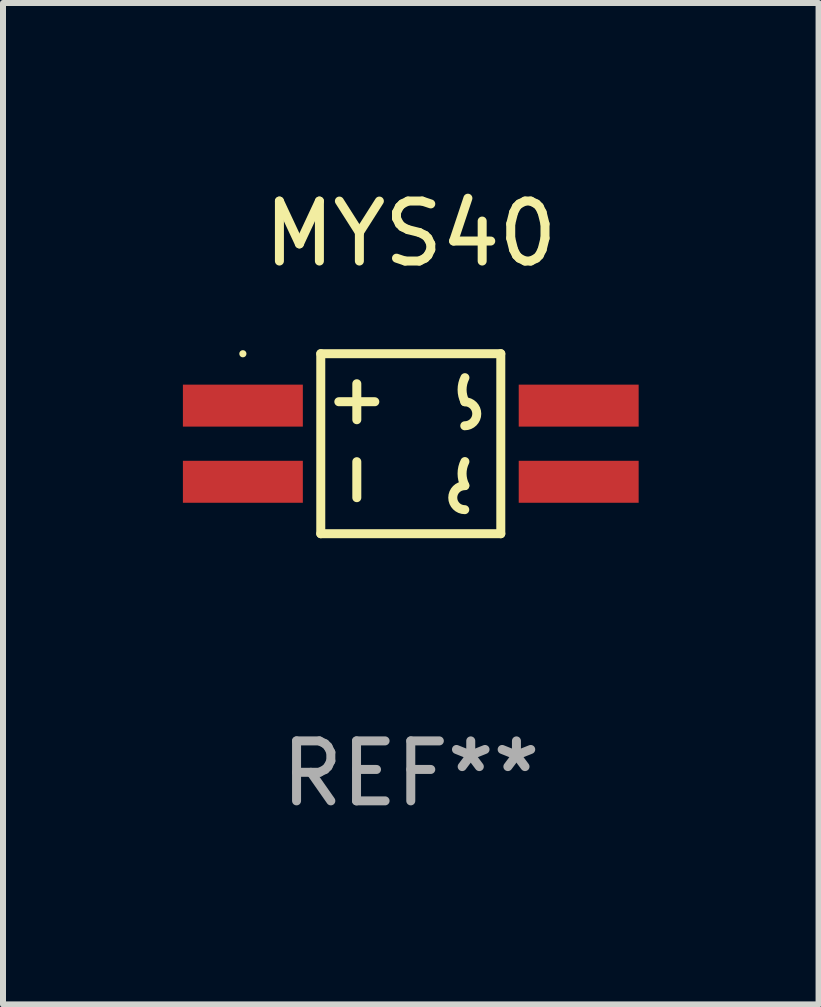
<source format=kicad_pcb>
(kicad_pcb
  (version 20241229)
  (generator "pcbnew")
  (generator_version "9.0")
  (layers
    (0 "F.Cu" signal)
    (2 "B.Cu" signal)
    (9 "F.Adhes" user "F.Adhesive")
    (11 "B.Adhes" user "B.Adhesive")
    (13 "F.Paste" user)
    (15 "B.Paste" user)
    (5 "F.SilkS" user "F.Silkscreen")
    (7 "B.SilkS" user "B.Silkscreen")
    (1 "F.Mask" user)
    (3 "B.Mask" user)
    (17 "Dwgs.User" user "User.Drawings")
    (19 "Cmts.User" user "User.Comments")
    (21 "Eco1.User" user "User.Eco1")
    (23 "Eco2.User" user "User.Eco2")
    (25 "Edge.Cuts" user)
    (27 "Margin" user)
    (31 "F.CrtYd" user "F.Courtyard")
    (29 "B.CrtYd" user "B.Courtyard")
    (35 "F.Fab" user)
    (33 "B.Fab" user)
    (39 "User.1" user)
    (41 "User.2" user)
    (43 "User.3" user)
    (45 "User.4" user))
  (footprint "MYS40"
    (layer "F.Cu")
    (at 3.8 4.349)
    (property "Reference" "MYS40" (at 0 -3.501 0) (layer "F.SilkS") (effects (font (size 1 1) (thickness 0.15))))
    (attr through_hole)
    (fp_line (start -1.501 -1.501) (end 1.501 -1.501) (stroke (width 0.15) (type solid)) (layer "F.SilkS"))
    (fp_line (start -1.501 1.501) (end -1.501 -1.501) (stroke (width 0.15) (type solid)) (layer "F.SilkS"))
    (fp_line (start -1.2 -0.7) (end -0.6 -0.7) (stroke (width 0.15) (type solid)) (layer "F.SilkS"))
    (fp_line (start -0.9 -0.4) (end -0.9 -1) (stroke (width 0.15) (type solid)) (layer "F.SilkS"))
    (fp_line (start -0.9 0.9) (end -0.9 0.3) (stroke (width 0.15) (type solid)) (layer "F.SilkS"))
    (fp_line (start 1.501 -1.501) (end 1.501 1.501) (stroke (width 0.15) (type solid)) (layer "F.SilkS"))
    (fp_line (start 1.501 1.501) (end -1.501 1.501) (stroke (width 0.15) (type solid)) (layer "F.SilkS"))
    (fp_arc (start 0.9 1.1) (mid 0.7 0.9) (end 0.9 0.7) (stroke (width 0.150013) (type solid)) (layer "F.SilkS"))
    (fp_arc (start 0.900432 -0.699009) (mid 1.100432 -0.499009) (end 0.900432 -0.299009) (stroke (width 0.150013) (type solid)) (layer "F.SilkS"))
    (fp_arc (start 0.902413 0.697943) (mid 0.855199 0.497943) (end 0.902413 0.297943) (stroke (width 0.150013) (type solid)) (layer "F.SilkS"))
    (fp_arc (start 0.902845 -0.701067) (mid 0.855631 -0.901067) (end 0.902845 -1.101067) (stroke (width 0.150013) (type solid)) (layer "F.SilkS"))
    (fp_circle (center -2.8 -1.5) (end -2.77 -1.5) (stroke (width 0.06) (type solid)) (fill no) (layer "F.SilkS"))
    (fp_text user "REF**" (at 0 5.501 0) (layer "F.Fab") (effects (font (size 1 1) (thickness 0.15))))
    (pad "1" smd rect (at -2.8 -0.635 90) (size 0.7 2) (layers "F.Cu" "F.Mask" "F.Paste"))
    (pad "2" smd rect (at -2.8 0.635 90) (size 0.7 2) (layers "F.Cu" "F.Mask" "F.Paste"))
    (pad "3" smd rect (at 2.8 0.635 90) (size 0.7 2) (layers "F.Cu" "F.Mask" "F.Paste"))
    (pad "4" smd rect (at 2.8 -0.635 90) (size 0.7 2) (layers "F.Cu" "F.Mask" "F.Paste")))
  (gr_rect
    (start -3 -3)
    (end 10.6 13.699)
    (stroke (width 0.1) (type default))
    (fill no)
    (layer "Edge.Cuts")))
</source>
